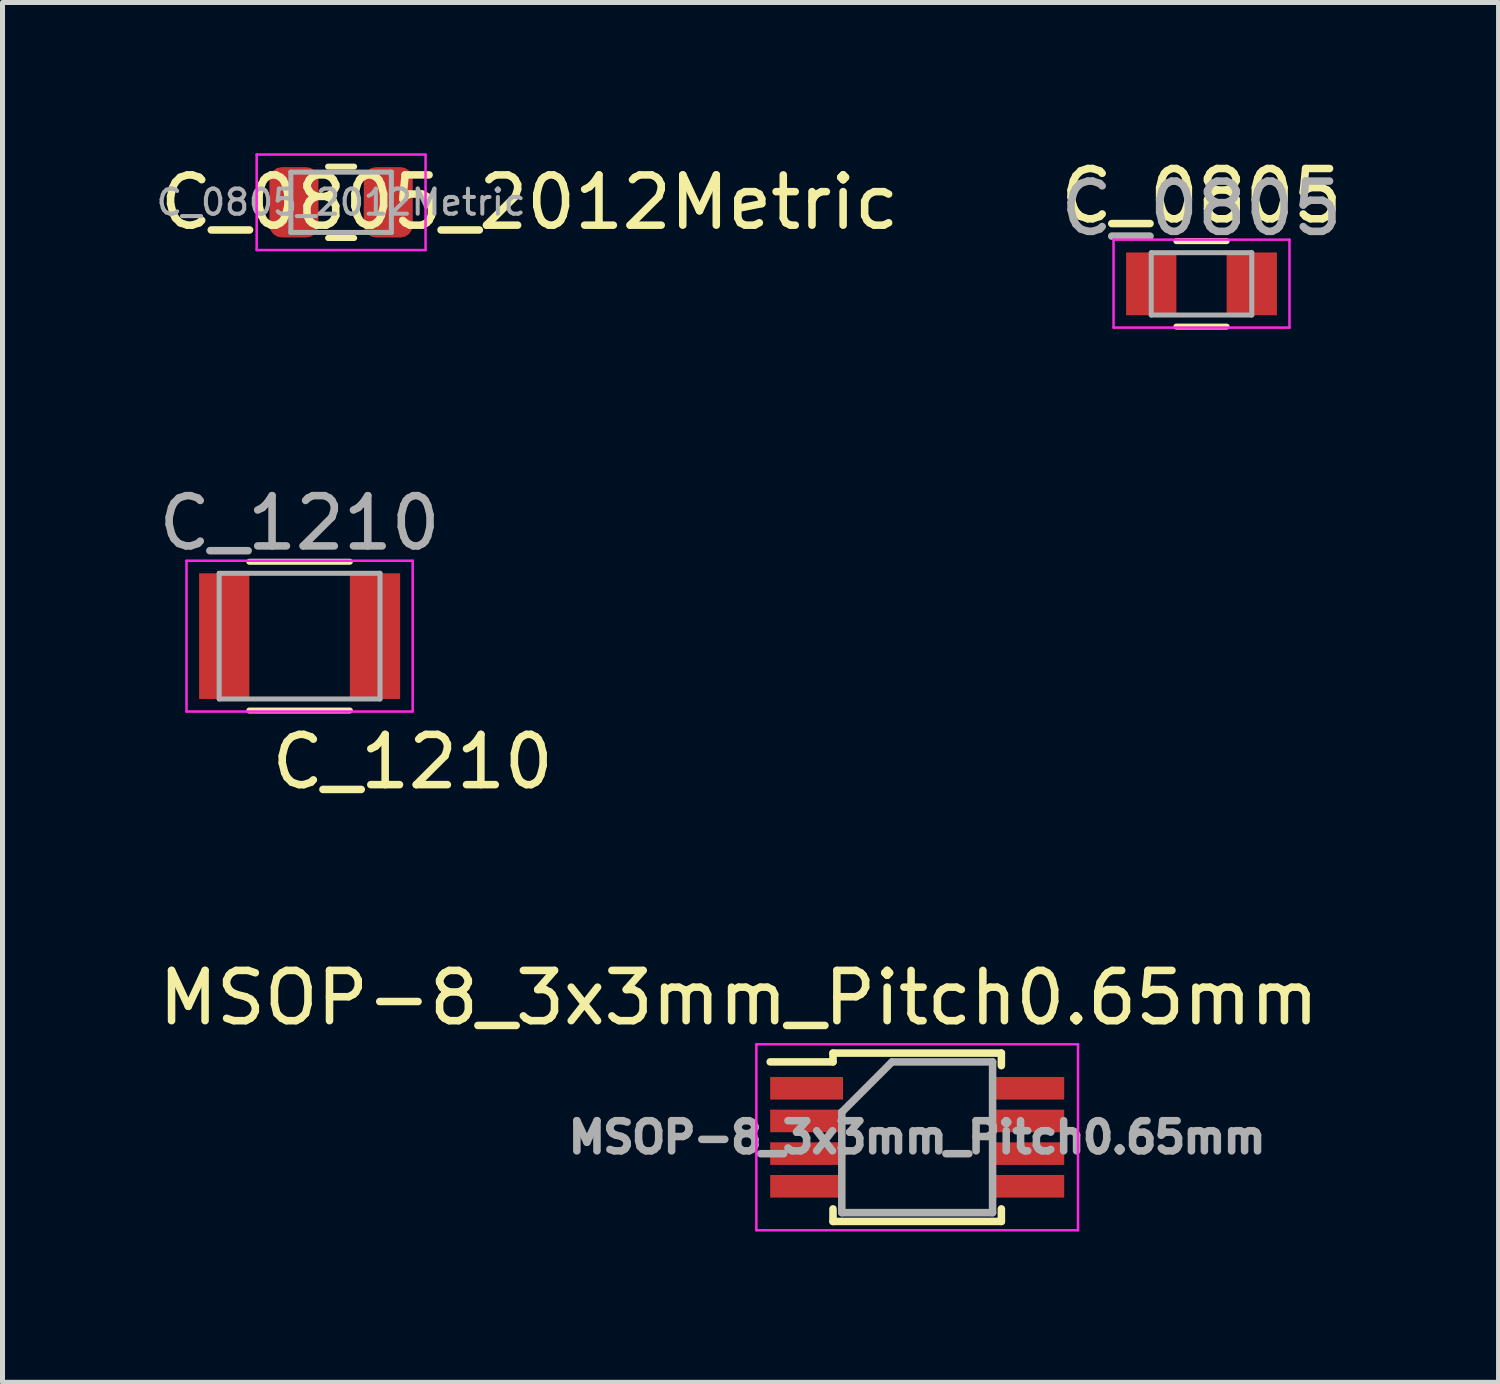
<source format=kicad_pcb>
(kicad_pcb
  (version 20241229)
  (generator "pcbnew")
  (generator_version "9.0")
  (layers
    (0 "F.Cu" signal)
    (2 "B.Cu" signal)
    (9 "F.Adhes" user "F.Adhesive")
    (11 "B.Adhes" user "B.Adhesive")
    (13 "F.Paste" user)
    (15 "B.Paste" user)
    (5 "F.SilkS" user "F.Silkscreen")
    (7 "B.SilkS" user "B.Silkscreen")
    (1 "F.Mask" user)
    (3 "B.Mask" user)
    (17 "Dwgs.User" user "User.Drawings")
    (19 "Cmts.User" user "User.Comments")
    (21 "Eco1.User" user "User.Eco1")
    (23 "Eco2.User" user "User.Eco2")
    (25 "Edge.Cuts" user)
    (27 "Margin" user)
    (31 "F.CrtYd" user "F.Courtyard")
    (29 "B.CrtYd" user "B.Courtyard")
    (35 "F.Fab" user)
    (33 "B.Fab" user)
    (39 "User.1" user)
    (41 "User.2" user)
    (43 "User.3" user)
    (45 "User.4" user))
  (footprint "MSOP-8_3x3mm_Pitch0.65mm"
    (layer "F.Cu")
    (at 15.199 19.578)
    (property "Reference" "MSOP-8_3x3mm_Pitch0.65mm" (at -3.55 -2.775 180) (layer "F.SilkS") (effects (font (size 1 1) (thickness 0.15))))
    (attr smd)
    (fp_line (start -1.675 -1.675) (end -1.675 -1.5) (stroke (width 0.15) (type solid)) (layer "F.SilkS"))
    (fp_line (start -1.675 -1.675) (end 1.675 -1.675) (stroke (width 0.15) (type solid)) (layer "F.SilkS"))
    (fp_line (start -1.675 -1.5) (end -2.925 -1.5) (stroke (width 0.15) (type solid)) (layer "F.SilkS"))
    (fp_line (start -1.675 1.675) (end -1.675 1.425) (stroke (width 0.15) (type solid)) (layer "F.SilkS"))
    (fp_line (start -1.675 1.675) (end 1.675 1.675) (stroke (width 0.15) (type solid)) (layer "F.SilkS"))
    (fp_line (start 1.675 -1.675) (end 1.675 -1.425) (stroke (width 0.15) (type solid)) (layer "F.SilkS"))
    (fp_line (start 1.675 1.675) (end 1.675 1.425) (stroke (width 0.15) (type solid)) (layer "F.SilkS"))
    (fp_line (start -3.2 -1.85) (end -3.2 1.85) (stroke (width 0.05) (type solid)) (layer "F.CrtYd"))
    (fp_line (start -3.2 -1.85) (end 3.2 -1.85) (stroke (width 0.05) (type solid)) (layer "F.CrtYd"))
    (fp_line (start -3.2 1.85) (end 3.2 1.85) (stroke (width 0.05) (type solid)) (layer "F.CrtYd"))
    (fp_line (start 3.2 -1.85) (end 3.2 1.85) (stroke (width 0.05) (type solid)) (layer "F.CrtYd"))
    (fp_line (start -1.5 -0.5) (end -0.5 -1.5) (stroke (width 0.15) (type solid)) (layer "F.Fab"))
    (fp_line (start -1.5 1.5) (end -1.5 -0.5) (stroke (width 0.15) (type solid)) (layer "F.Fab"))
    (fp_line (start -0.5 -1.5) (end 1.5 -1.5) (stroke (width 0.15) (type solid)) (layer "F.Fab"))
    (fp_line (start 1.5 -1.5) (end 1.5 1.5) (stroke (width 0.15) (type solid)) (layer "F.Fab"))
    (fp_line (start 1.5 1.5) (end -1.5 1.5) (stroke (width 0.15) (type solid)) (layer "F.Fab"))
    (fp_text user "${REFERENCE}" (at 0 0 180) (layer "F.Fab") (effects (font (size 0.6 0.6) (thickness 0.15))))
    (pad "1" smd rect (at -2.2 -0.975) (size 1.45 0.45) (layers "F.Cu" "F.Mask" "F.Paste"))
    (pad "2" smd rect (at -2.2 -0.325) (size 1.45 0.45) (layers "F.Cu" "F.Mask" "F.Paste"))
    (pad "3" smd rect (at -2.2 0.325) (size 1.45 0.45) (layers "F.Cu" "F.Mask" "F.Paste"))
    (pad "4" smd rect (at -2.2 0.975) (size 1.45 0.45) (layers "F.Cu" "F.Mask" "F.Paste"))
    (pad "5" smd rect (at 2.2 0.975) (size 1.45 0.45) (layers "F.Cu" "F.Mask" "F.Paste"))
    (pad "6" smd rect (at 2.2 0.325) (size 1.45 0.45) (layers "F.Cu" "F.Mask" "F.Paste"))
    (pad "7" smd rect (at 2.2 -0.325) (size 1.45 0.45) (layers "F.Cu" "F.Mask" "F.Paste"))
    (pad "8" smd rect (at 2.2 -0.975) (size 1.45 0.45) (layers "F.Cu" "F.Mask" "F.Paste")))
  (footprint "C_0805_2012Metric"
    (layer "F.Cu")
    (at 3.737 0.975)
    (property "Reference" "C_0805_2012Metric" (at 3.75 0 180) (layer "F.SilkS") (effects (font (size 1 1) (thickness 0.15))))
    (attr smd)
    (fp_line (start -0.259 -0.71) (end 0.259 -0.71) (stroke (width 0.12) (type solid)) (layer "F.SilkS"))
    (fp_line (start -0.259 0.71) (end 0.259 0.71) (stroke (width 0.12) (type solid)) (layer "F.SilkS"))
    (fp_line (start -1.68 -0.95) (end 1.68 -0.95) (stroke (width 0.05) (type solid)) (layer "F.CrtYd"))
    (fp_line (start -1.68 0.95) (end -1.68 -0.95) (stroke (width 0.05) (type solid)) (layer "F.CrtYd"))
    (fp_line (start 1.68 -0.95) (end 1.68 0.95) (stroke (width 0.05) (type solid)) (layer "F.CrtYd"))
    (fp_line (start 1.68 0.95) (end -1.68 0.95) (stroke (width 0.05) (type solid)) (layer "F.CrtYd"))
    (fp_line (start -1 -0.6) (end 1 -0.6) (stroke (width 0.1) (type solid)) (layer "F.Fab"))
    (fp_line (start -1 0.6) (end -1 -0.6) (stroke (width 0.1) (type solid)) (layer "F.Fab"))
    (fp_line (start 1 -0.6) (end 1 0.6) (stroke (width 0.1) (type solid)) (layer "F.Fab"))
    (fp_line (start 1 0.6) (end -1 0.6) (stroke (width 0.1) (type solid)) (layer "F.Fab"))
    (fp_text user "${REFERENCE}" (at 0 0 180) (layer "F.Fab") (effects (font (size 0.5 0.5) (thickness 0.08))))
    (pad "1" smd roundrect (at -0.938 0) (size 0.975 1.4) (layers "F.Cu" "F.Mask" "F.Paste") (roundrect_rratio 0.25))
    (pad "2" smd roundrect (at 0.938 0) (size 0.975 1.4) (layers "F.Cu" "F.Mask" "F.Paste") (roundrect_rratio 0.25)))
  (footprint "C_1210"
    (layer "F.Cu")
    (at 2.911 9.607)
    (property "Reference" "C_1210" (at 2.25 2.5 0) (layer "F.SilkS") (effects (font (size 1 1) (thickness 0.15))))
    (attr smd)
    (fp_line (start -1 1.48) (end 1 1.48) (stroke (width 0.12) (type solid)) (layer "F.SilkS"))
    (fp_line (start 1 -1.48) (end -1 -1.48) (stroke (width 0.12) (type solid)) (layer "F.SilkS"))
    (fp_line (start -2.25 -1.5) (end -2.25 1.5) (stroke (width 0.05) (type solid)) (layer "F.CrtYd"))
    (fp_line (start -2.25 -1.5) (end 2.25 -1.5) (stroke (width 0.05) (type solid)) (layer "F.CrtYd"))
    (fp_line (start 2.25 1.5) (end -2.25 1.5) (stroke (width 0.05) (type solid)) (layer "F.CrtYd"))
    (fp_line (start 2.25 1.5) (end 2.25 -1.5) (stroke (width 0.05) (type solid)) (layer "F.CrtYd"))
    (fp_line (start -1.6 -1.25) (end 1.6 -1.25) (stroke (width 0.1) (type solid)) (layer "F.Fab"))
    (fp_line (start -1.6 1.25) (end -1.6 -1.25) (stroke (width 0.1) (type solid)) (layer "F.Fab"))
    (fp_line (start 1.6 -1.25) (end 1.6 1.25) (stroke (width 0.1) (type solid)) (layer "F.Fab"))
    (fp_line (start 1.6 1.25) (end -1.6 1.25) (stroke (width 0.1) (type solid)) (layer "F.Fab"))
    (fp_text user "${REFERENCE}" (at 0 -2.25 0) (layer "F.Fab") (effects (font (size 1 1) (thickness 0.15))))
    (pad "1" smd rect (at -1.5 0) (size 1 2.5) (layers "F.Cu" "F.Mask" "F.Paste"))
    (pad "2" smd rect (at 1.5 0) (size 1 2.5) (layers "F.Cu" "F.Mask" "F.Paste")))
  (footprint "C_0805"
    (layer "F.Cu")
    (at 20.856 2.598)
    (property "Reference" "C_0805" (at 0 -1.75 180) (layer "F.SilkS") (effects (font (size 1 1) (thickness 0.15))))
    (attr smd)
    (fp_line (start -0.5 0.85) (end 0.5 0.85) (stroke (width 0.12) (type solid)) (layer "F.SilkS"))
    (fp_line (start 0.5 -0.85) (end -0.5 -0.85) (stroke (width 0.12) (type solid)) (layer "F.SilkS"))
    (fp_line (start -1.75 -0.88) (end -1.75 0.87) (stroke (width 0.05) (type solid)) (layer "F.CrtYd"))
    (fp_line (start -1.75 -0.88) (end 1.75 -0.88) (stroke (width 0.05) (type solid)) (layer "F.CrtYd"))
    (fp_line (start 1.75 0.87) (end -1.75 0.87) (stroke (width 0.05) (type solid)) (layer "F.CrtYd"))
    (fp_line (start 1.75 0.87) (end 1.75 -0.88) (stroke (width 0.05) (type solid)) (layer "F.CrtYd"))
    (fp_line (start -1 -0.62) (end 1 -0.62) (stroke (width 0.1) (type solid)) (layer "F.Fab"))
    (fp_line (start -1 0.62) (end -1 -0.62) (stroke (width 0.1) (type solid)) (layer "F.Fab"))
    (fp_line (start 1 -0.62) (end 1 0.62) (stroke (width 0.1) (type solid)) (layer "F.Fab"))
    (fp_line (start 1 0.62) (end -1 0.62) (stroke (width 0.1) (type solid)) (layer "F.Fab"))
    (fp_text user "${REFERENCE}" (at 0 -1.5 180) (layer "F.Fab") (effects (font (size 1 1) (thickness 0.15))))
    (pad "1" smd rect (at -1 0) (size 1 1.25) (layers "F.Cu" "F.Mask" "F.Paste"))
    (pad "2" smd rect (at 1 0) (size 1 1.25) (layers "F.Cu" "F.Mask" "F.Paste")))
  (gr_rect
    (start -3 -3)
    (end 26.766 24.453)
    (stroke (width 0.1) (type default))
    (fill no)
    (layer "Edge.Cuts")))
</source>
